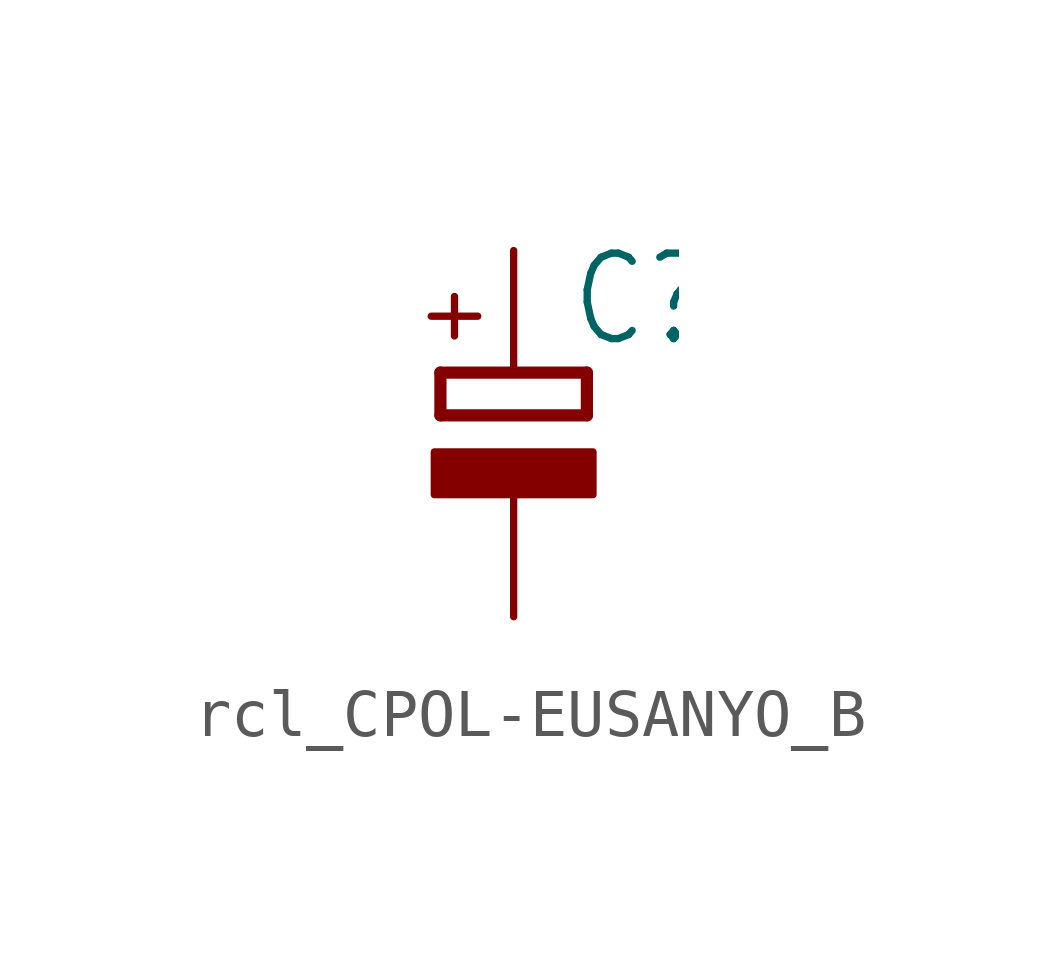
<source format=kicad_sym>
(kicad_symbol_lib
  (version 20241209)
  (generator "kicad_symbol_editor")
  (generator_version "9.0")
  (symbol "rcl_CPOL-EUSANYO_B"
    (property "Reference" "C"
      (at 1.143 0.483 0)
      (effects (font (size 1.778 1.511)) (justify left bottom)))
    (property "Value" ""
      (at 1.143 -4.597 0)
      (effects (font (size 1.778 1.511)) (justify left bottom)))
    (property "ki_locked" ""
      (at 0 0 0)
      (effects (font (size 1.27 1.27))))
    (symbol "rcl_CPOL-EUSANYO_B_1_0"
      (rectangle (start -1.651 -2.54) (end 1.651 -1.651) (stroke (width 0) (type default)) (fill (type outline)))
      (polyline (pts (xy -1.524 0) (xy -1.524 -0.889)) (stroke (width 0.254) (type solid)) (fill (type none)))
      (polyline (pts (xy -1.524 0) (xy 1.524 0)) (stroke (width 0.254) (type solid)) (fill (type none)))
      (polyline (pts (xy -1.524 -0.889) (xy 1.524 -0.889)) (stroke (width 0.254) (type solid)) (fill (type none)))
      (polyline (pts (xy 1.524 -0.889) (xy 1.524 0)) (stroke (width 0.254) (type solid)) (fill (type none)))
      (text "+" (at -0.584 0.406 900) (effects (font (size 1.27 1.079)) (justify left bottom)))
      (pin passive line (at 0 2.54 270) (length 2.54) (name "+" (effects (font (size 0 0)))) (number "+" (effects (font (size 0 0)))))
      (pin passive line (at 0 -5.08 90) (length 2.54) (name "-" (effects (font (size 0 0)))) (number "-" (effects (font (size 0 0))))))))
</source>
